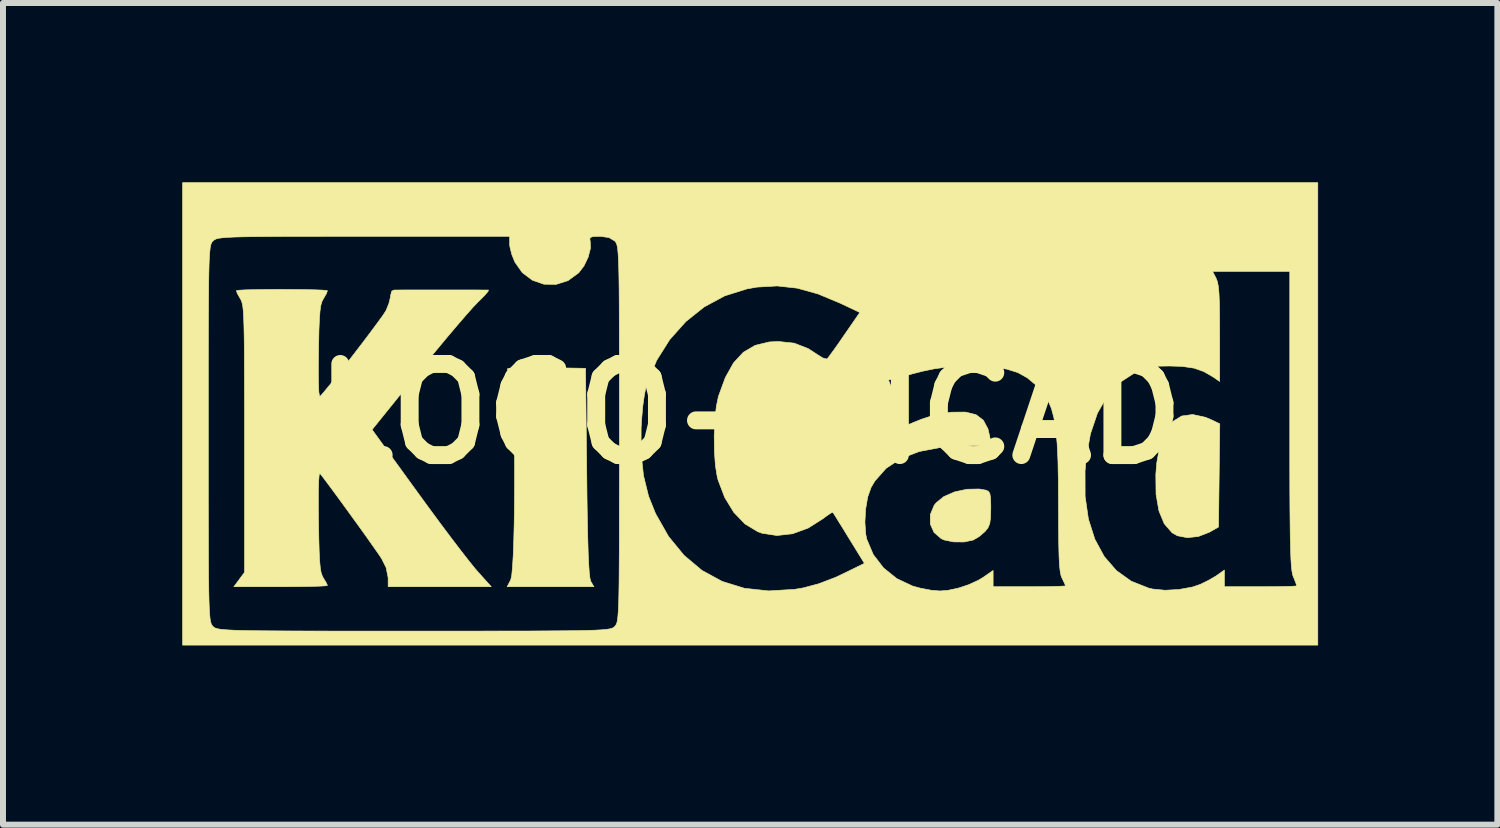
<source format=kicad_pcb>
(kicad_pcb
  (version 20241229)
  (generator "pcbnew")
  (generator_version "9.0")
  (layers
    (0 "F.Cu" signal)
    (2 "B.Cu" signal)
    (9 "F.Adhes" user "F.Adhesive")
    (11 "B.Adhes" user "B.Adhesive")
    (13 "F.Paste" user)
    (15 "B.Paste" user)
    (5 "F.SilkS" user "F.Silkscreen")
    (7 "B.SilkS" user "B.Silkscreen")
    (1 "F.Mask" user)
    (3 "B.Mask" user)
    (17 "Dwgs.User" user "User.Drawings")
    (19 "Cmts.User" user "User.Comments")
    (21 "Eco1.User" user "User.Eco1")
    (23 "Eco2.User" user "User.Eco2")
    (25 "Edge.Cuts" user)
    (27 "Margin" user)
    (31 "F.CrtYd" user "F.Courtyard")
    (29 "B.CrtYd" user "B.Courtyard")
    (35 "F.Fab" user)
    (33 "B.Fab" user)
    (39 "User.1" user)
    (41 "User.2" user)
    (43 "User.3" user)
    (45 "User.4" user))
  (footprint "LOGO-KICAD"
    (layer "F.Cu")
    (at 9.501 3.874)
    (property "Reference" "LOGO-KICAD" (at 0 0 0) (layer "F.SilkS") (effects (font (size 1.524 1.524) (thickness 0.3))))
    (attr through_hole)
    (fp_poly (pts (xy 7.616 0.057) (xy 7.713 0.098) (xy 7.856 0.166) (xy 7.835 1.893) (xy 7.679 1.981) (xy 7.499 2.051) (xy 7.313 2.071) (xy 7.146 2.039) (xy 7.058 1.989) (xy 6.927 1.838) (xy 6.838 1.622) (xy 6.79 1.347) (xy 6.786 1.015) (xy 6.801 0.827) (xy 6.853 0.529) (xy 6.941 0.297) (xy 7.063 0.132) (xy 7.218 0.036) (xy 7.402 0.011) (xy 7.616 0.057)) (stroke (width 0.01) (type solid)) (fill yes) (layer "F.SilkS"))
    (fp_poly (pts (xy 3.937 1.275) (xy 3.983 1.294) (xy 4.009 1.332) (xy 4.021 1.407) (xy 4.025 1.537) (xy 4.025 1.581) (xy 4.021 1.737) (xy 4.007 1.838) (xy 3.976 1.91) (xy 3.929 1.968) (xy 3.833 2.051) (xy 3.734 2.109) (xy 3.731 2.111) (xy 3.578 2.143) (xy 3.404 2.142) (xy 3.247 2.11) (xy 3.196 2.088) (xy 3.075 1.983) (xy 3.013 1.843) (xy 3.013 1.686) (xy 3.077 1.532) (xy 3.11 1.489) (xy 3.241 1.383) (xy 3.422 1.305) (xy 3.628 1.261) (xy 3.831 1.257) (xy 3.937 1.275)) (stroke (width 0.01) (type solid)) (fill yes) (layer "F.SilkS"))
    (fp_poly (pts (xy -3.409 -0.773) (xy -2.755 -0.762) (xy -2.735 0.977) (xy -2.73 1.422) (xy -2.724 1.793) (xy -2.717 2.098) (xy -2.71 2.341) (xy -2.701 2.527) (xy -2.692 2.661) (xy -2.681 2.75) (xy -2.668 2.799) (xy -2.666 2.804) (xy -2.615 2.892) (xy -4.066 2.892) (xy -4.006 2.776) (xy -3.99 2.706) (xy -3.977 2.568) (xy -3.965 2.374) (xy -3.956 2.133) (xy -3.949 1.855) (xy -3.944 1.552) (xy -3.942 1.234) (xy -3.942 0.91) (xy -3.944 0.592) (xy -3.948 0.289) (xy -3.955 0.013) (xy -3.964 -0.227) (xy -3.976 -0.42) (xy -3.989 -0.556) (xy -4.005 -0.625) (xy -4.005 -0.625) (xy -4.047 -0.706) (xy -4.063 -0.753) (xy -4.026 -0.763) (xy -3.924 -0.769) (xy -3.77 -0.774) (xy -3.575 -0.774) (xy -3.409 -0.773)) (stroke (width 0.01) (type solid)) (fill yes) (layer "F.SilkS"))
    (fp_poly (pts (xy -7.677 -2.081) (xy -7.477 -2.079) (xy -7.303 -2.076) (xy -7.169 -2.071) (xy -7.089 -2.065) (xy -7.073 -2.06) (xy -7.092 -2.009) (xy -7.14 -1.927) (xy -7.141 -1.925) (xy -7.165 -1.878) (xy -7.184 -1.814) (xy -7.197 -1.721) (xy -7.207 -1.588) (xy -7.215 -1.404) (xy -7.22 -1.157) (xy -7.222 -1.037) (xy -7.225 -0.736) (xy -7.223 -0.513) (xy -7.217 -0.366) (xy -7.205 -0.297) (xy -7.196 -0.293) (xy -7.137 -0.359) (xy -7.042 -0.474) (xy -6.921 -0.626) (xy -6.783 -0.803) (xy -6.636 -0.993) (xy -6.49 -1.183) (xy -6.354 -1.363) (xy -6.238 -1.52) (xy -6.149 -1.642) (xy -6.099 -1.718) (xy -6.093 -1.728) (xy -6.045 -1.845) (xy -6.019 -1.953) (xy -6.018 -1.972) (xy -5.998 -2.052) (xy -5.959 -2.072) (xy -5.901 -2.072) (xy -5.782 -2.073) (xy -5.615 -2.073) (xy -5.417 -2.073) (xy -5.202 -2.073) (xy -4.984 -2.073) (xy -4.78 -2.073) (xy -4.602 -2.073) (xy -4.468 -2.072) (xy -4.39 -2.072) (xy -4.379 -2.072) (xy -4.387 -2.047) (xy -4.442 -1.983) (xy -4.532 -1.892) (xy -4.554 -1.871) (xy -4.632 -1.79) (xy -4.75 -1.657) (xy -4.901 -1.482) (xy -5.077 -1.274) (xy -5.269 -1.043) (xy -5.469 -0.798) (xy -5.546 -0.703) (xy -6.326 0.264) (xy -5.565 1.314) (xy -5.371 1.58) (xy -5.18 1.839) (xy -5 2.079) (xy -4.839 2.29) (xy -4.704 2.463) (xy -4.603 2.588) (xy -4.569 2.628) (xy -4.332 2.892) (xy -6.057 2.892) (xy -6.057 2.743) (xy -6.091 2.572) (xy -6.167 2.421) (xy -6.219 2.343) (xy -6.306 2.219) (xy -6.418 2.06) (xy -6.547 1.88) (xy -6.685 1.69) (xy -6.822 1.501) (xy -6.95 1.326) (xy -7.061 1.176) (xy -7.145 1.064) (xy -7.194 1.002) (xy -7.199 0.996) (xy -7.211 1.02) (xy -7.219 1.117) (xy -7.224 1.281) (xy -7.225 1.508) (xy -7.223 1.792) (xy -7.222 1.799) (xy -7.217 2.085) (xy -7.211 2.303) (xy -7.203 2.464) (xy -7.192 2.579) (xy -7.178 2.659) (xy -7.158 2.715) (xy -7.141 2.746) (xy -7.094 2.824) (xy -7.073 2.87) (xy -7.073 2.871) (xy -7.11 2.877) (xy -7.214 2.883) (xy -7.372 2.887) (xy -7.573 2.89) (xy -7.806 2.892) (xy -7.856 2.892) (xy -8.638 2.892) (xy -8.549 2.771) (xy -8.46 2.651) (xy -8.46 0.415) (xy -8.46 -0.06) (xy -8.461 -0.463) (xy -8.462 -0.8) (xy -8.463 -1.079) (xy -8.466 -1.304) (xy -8.47 -1.482) (xy -8.475 -1.62) (xy -8.481 -1.723) (xy -8.489 -1.799) (xy -8.5 -1.853) (xy -8.512 -1.892) (xy -8.527 -1.921) (xy -8.536 -1.936) (xy -8.581 -2.015) (xy -8.596 -2.06) (xy -8.594 -2.062) (xy -8.547 -2.069) (xy -8.438 -2.075) (xy -8.282 -2.078) (xy -8.093 -2.081) (xy -7.887 -2.082) (xy -7.677 -2.081)) (stroke (width 0.01) (type solid)) (fill yes) (layer "F.SilkS"))
    (fp_poly (pts (xy 9.496 3.869) (xy -9.496 3.869) (xy -9.496 0.332) (xy -9.066 0.332) (xy -9.066 0.901) (xy -9.066 1.398) (xy -9.065 1.826) (xy -9.064 2.192) (xy -9.063 2.5) (xy -9.061 2.756) (xy -9.058 2.964) (xy -9.054 3.131) (xy -9.049 3.261) (xy -9.043 3.358) (xy -9.036 3.43) (xy -9.027 3.48) (xy -9.017 3.513) (xy -9.005 3.535) (xy -8.992 3.552) (xy -8.988 3.556) (xy -8.972 3.57) (xy -8.953 3.582) (xy -8.923 3.592) (xy -8.879 3.601) (xy -8.816 3.609) (xy -8.728 3.615) (xy -8.61 3.621) (xy -8.458 3.625) (xy -8.266 3.628) (xy -8.029 3.63) (xy -7.742 3.632) (xy -7.4 3.633) (xy -6.999 3.634) (xy -6.532 3.634) (xy -5.996 3.634) (xy -5.627 3.634) (xy -5.045 3.634) (xy -4.536 3.634) (xy -4.094 3.633) (xy -3.716 3.633) (xy -3.396 3.631) (xy -3.129 3.629) (xy -2.91 3.627) (xy -2.734 3.623) (xy -2.595 3.619) (xy -2.489 3.613) (xy -2.411 3.606) (xy -2.356 3.598) (xy -2.318 3.589) (xy -2.293 3.578) (xy -2.276 3.565) (xy -2.266 3.556) (xy -2.252 3.54) (xy -2.24 3.52) (xy -2.229 3.49) (xy -2.22 3.445) (xy -2.213 3.381) (xy -2.206 3.291) (xy -2.201 3.17) (xy -2.197 3.015) (xy -2.194 2.818) (xy -2.192 2.576) (xy -2.19 2.283) (xy -2.189 1.934) (xy -2.189 1.523) (xy -2.188 1.046) (xy -2.188 0.66) (xy -1.826 0.66) (xy -1.785 1.034) (xy -1.701 1.375) (xy -1.584 1.668) (xy -1.367 2.05) (xy -1.107 2.367) (xy -0.807 2.619) (xy -0.469 2.803) (xy -0.096 2.918) (xy 0.308 2.962) (xy 0.742 2.936) (xy 0.886 2.912) (xy 1.148 2.842) (xy 1.435 2.732) (xy 1.551 2.677) (xy 1.911 2.501) (xy 1.652 2.081) (xy 1.554 1.921) (xy 1.487 1.813) (xy 1.919 1.813) (xy 1.933 2.014) (xy 1.95 2.097) (xy 2.059 2.354) (xy 2.231 2.578) (xy 2.454 2.757) (xy 2.718 2.881) (xy 2.846 2.916) (xy 3.03 2.951) (xy 3.172 2.963) (xy 3.305 2.953) (xy 3.465 2.919) (xy 3.499 2.91) (xy 3.66 2.856) (xy 3.82 2.782) (xy 3.898 2.735) (xy 4.064 2.62) (xy 4.064 2.892) (xy 4.67 2.892) (xy 4.877 2.891) (xy 5.054 2.888) (xy 5.187 2.884) (xy 5.263 2.88) (xy 5.275 2.877) (xy 5.259 2.835) (xy 5.22 2.755) (xy 5.217 2.75) (xy 5.199 2.702) (xy 5.185 2.63) (xy 5.174 2.526) (xy 5.167 2.38) (xy 5.162 2.183) (xy 5.159 1.927) (xy 5.158 1.602) (xy 5.158 1.563) (xy 5.156 1.141) (xy 5.152 0.957) (xy 5.602 0.957) (xy 5.603 1.379) (xy 5.658 1.76) (xy 5.766 2.098) (xy 5.923 2.387) (xy 6.127 2.622) (xy 6.374 2.799) (xy 6.663 2.914) (xy 6.735 2.931) (xy 6.941 2.951) (xy 7.176 2.938) (xy 7.4 2.897) (xy 7.534 2.851) (xy 7.666 2.786) (xy 7.79 2.714) (xy 7.817 2.695) (xy 7.933 2.613) (xy 7.933 2.892) (xy 8.538 2.892) (xy 8.746 2.891) (xy 8.923 2.888) (xy 9.056 2.885) (xy 9.132 2.88) (xy 9.144 2.877) (xy 9.13 2.835) (xy 9.097 2.749) (xy 9.085 2.722) (xy 9.073 2.684) (xy 9.063 2.628) (xy 9.054 2.549) (xy 9.047 2.441) (xy 9.041 2.297) (xy 9.036 2.113) (xy 9.033 1.883) (xy 9.03 1.601) (xy 9.028 1.26) (xy 9.027 0.857) (xy 9.027 0.383) (xy 9.027 0.099) (xy 9.027 -2.384) (xy 7.735 -2.384) (xy 7.795 -2.268) (xy 7.816 -2.213) (xy 7.832 -2.131) (xy 7.843 -2.013) (xy 7.85 -1.848) (xy 7.853 -1.626) (xy 7.854 -1.347) (xy 7.854 -0.542) (xy 7.747 -0.616) (xy 7.59 -0.707) (xy 7.426 -0.765) (xy 7.23 -0.794) (xy 7.014 -0.801) (xy 6.831 -0.798) (xy 6.697 -0.784) (xy 6.586 -0.755) (xy 6.469 -0.706) (xy 6.441 -0.692) (xy 6.184 -0.525) (xy 5.974 -0.299) (xy 5.81 -0.013) (xy 5.692 0.335) (xy 5.62 0.745) (xy 5.602 0.957) (xy 5.152 0.957) (xy 5.149 0.789) (xy 5.135 0.498) (xy 5.113 0.26) (xy 5.081 0.066) (xy 5.039 -0.092) (xy 4.983 -0.222) (xy 4.913 -0.334) (xy 4.828 -0.435) (xy 4.784 -0.479) (xy 4.637 -0.602) (xy 4.477 -0.691) (xy 4.291 -0.749) (xy 4.063 -0.782) (xy 3.777 -0.794) (xy 3.693 -0.794) (xy 3.45 -0.79) (xy 3.256 -0.778) (xy 3.08 -0.754) (xy 2.892 -0.715) (xy 2.749 -0.679) (xy 2.313 -0.567) (xy 2.469 -0.19) (xy 2.625 0.187) (xy 2.862 0.091) (xy 3.037 0.034) (xy 3.236 -0.01) (xy 3.365 -0.028) (xy 3.601 -0.03) (xy 3.777 0.013) (xy 3.9 0.106) (xy 3.978 0.252) (xy 4.008 0.38) (xy 4.032 0.531) (xy 3.628 0.533) (xy 3.197 0.559) (xy 2.828 0.63) (xy 2.521 0.747) (xy 2.274 0.911) (xy 2.087 1.122) (xy 2.022 1.231) (xy 1.966 1.39) (xy 1.931 1.595) (xy 1.919 1.813) (xy 1.487 1.813) (xy 1.47 1.786) (xy 1.411 1.691) (xy 1.383 1.647) (xy 1.382 1.646) (xy 1.349 1.66) (xy 1.274 1.711) (xy 1.217 1.754) (xy 0.969 1.911) (xy 0.708 2.006) (xy 0.446 2.035) (xy 0.198 1.997) (xy 0.126 1.971) (xy -0.087 1.842) (xy -0.274 1.648) (xy -0.426 1.399) (xy -0.537 1.108) (xy -0.551 1.055) (xy -0.582 0.865) (xy -0.599 0.627) (xy -0.602 0.366) (xy -0.591 0.108) (xy -0.567 -0.122) (xy -0.532 -0.291) (xy -0.416 -0.608) (xy -0.279 -0.853) (xy -0.114 -1.031) (xy 0.083 -1.146) (xy 0.318 -1.203) (xy 0.469 -1.211) (xy 0.736 -1.183) (xy 0.972 -1.091) (xy 1.125 -0.991) (xy 1.215 -0.935) (xy 1.279 -0.918) (xy 1.291 -0.924) (xy 1.325 -0.968) (xy 1.394 -1.062) (xy 1.486 -1.192) (xy 1.579 -1.327) (xy 1.834 -1.696) (xy 1.514 -1.848) (xy 1.136 -2.006) (xy 0.787 -2.103) (xy 0.451 -2.14) (xy 0.115 -2.121) (xy -0.059 -2.09) (xy -0.427 -1.974) (xy -0.77 -1.789) (xy -1.078 -1.543) (xy -1.346 -1.243) (xy -1.564 -0.897) (xy -1.725 -0.512) (xy -1.738 -0.469) (xy -1.768 -0.332) (xy -1.796 -0.139) (xy -1.816 0.085) (xy -1.825 0.236) (xy -1.826 0.66) (xy -2.188 0.66) (xy -2.188 0.498) (xy -2.188 0.332) (xy -2.188 -0.237) (xy -2.189 -0.733) (xy -2.189 -1.162) (xy -2.19 -1.528) (xy -2.191 -1.836) (xy -2.193 -2.092) (xy -2.196 -2.3) (xy -2.2 -2.467) (xy -2.205 -2.596) (xy -2.211 -2.694) (xy -2.218 -2.765) (xy -2.227 -2.815) (xy -2.237 -2.849) (xy -2.249 -2.871) (xy -2.262 -2.888) (xy -2.266 -2.892) (xy -2.363 -2.95) (xy -2.509 -2.97) (xy -2.523 -2.97) (xy -2.631 -2.966) (xy -2.679 -2.949) (xy -2.682 -2.911) (xy -2.677 -2.894) (xy -2.672 -2.773) (xy -2.71 -2.624) (xy -2.781 -2.475) (xy -2.868 -2.361) (xy -3.048 -2.229) (xy -3.248 -2.166) (xy -3.451 -2.169) (xy -3.644 -2.236) (xy -3.813 -2.363) (xy -3.937 -2.539) (xy -3.99 -2.671) (xy -4.021 -2.799) (xy -4.025 -2.841) (xy -4.025 -2.97) (xy -6.467 -2.97) (xy -6.965 -2.97) (xy -7.39 -2.969) (xy -7.748 -2.969) (xy -8.046 -2.967) (xy -8.29 -2.965) (xy -8.485 -2.962) (xy -8.637 -2.958) (xy -8.752 -2.952) (xy -8.837 -2.945) (xy -8.896 -2.937) (xy -8.935 -2.926) (xy -8.962 -2.913) (xy -8.981 -2.898) (xy -8.988 -2.892) (xy -9.002 -2.876) (xy -9.014 -2.856) (xy -9.025 -2.826) (xy -9.034 -2.781) (xy -9.041 -2.716) (xy -9.048 -2.626) (xy -9.053 -2.506) (xy -9.057 -2.35) (xy -9.06 -2.154) (xy -9.062 -1.912) (xy -9.064 -1.619) (xy -9.065 -1.269) (xy -9.066 -0.859) (xy -9.066 -0.382) (xy -9.066 0.167) (xy -9.066 0.332) (xy -9.496 0.332) (xy -9.496 -3.869) (xy 9.496 -3.869) (xy 9.496 3.869)) (stroke (width 0.01) (type solid)) (fill yes) (layer "F.SilkS")))
  (gr_rect
    (start -3 -3)
    (end 22.001 10.747)
    (stroke (width 0.1) (type default))
    (fill no)
    (layer "Edge.Cuts")))
</source>
